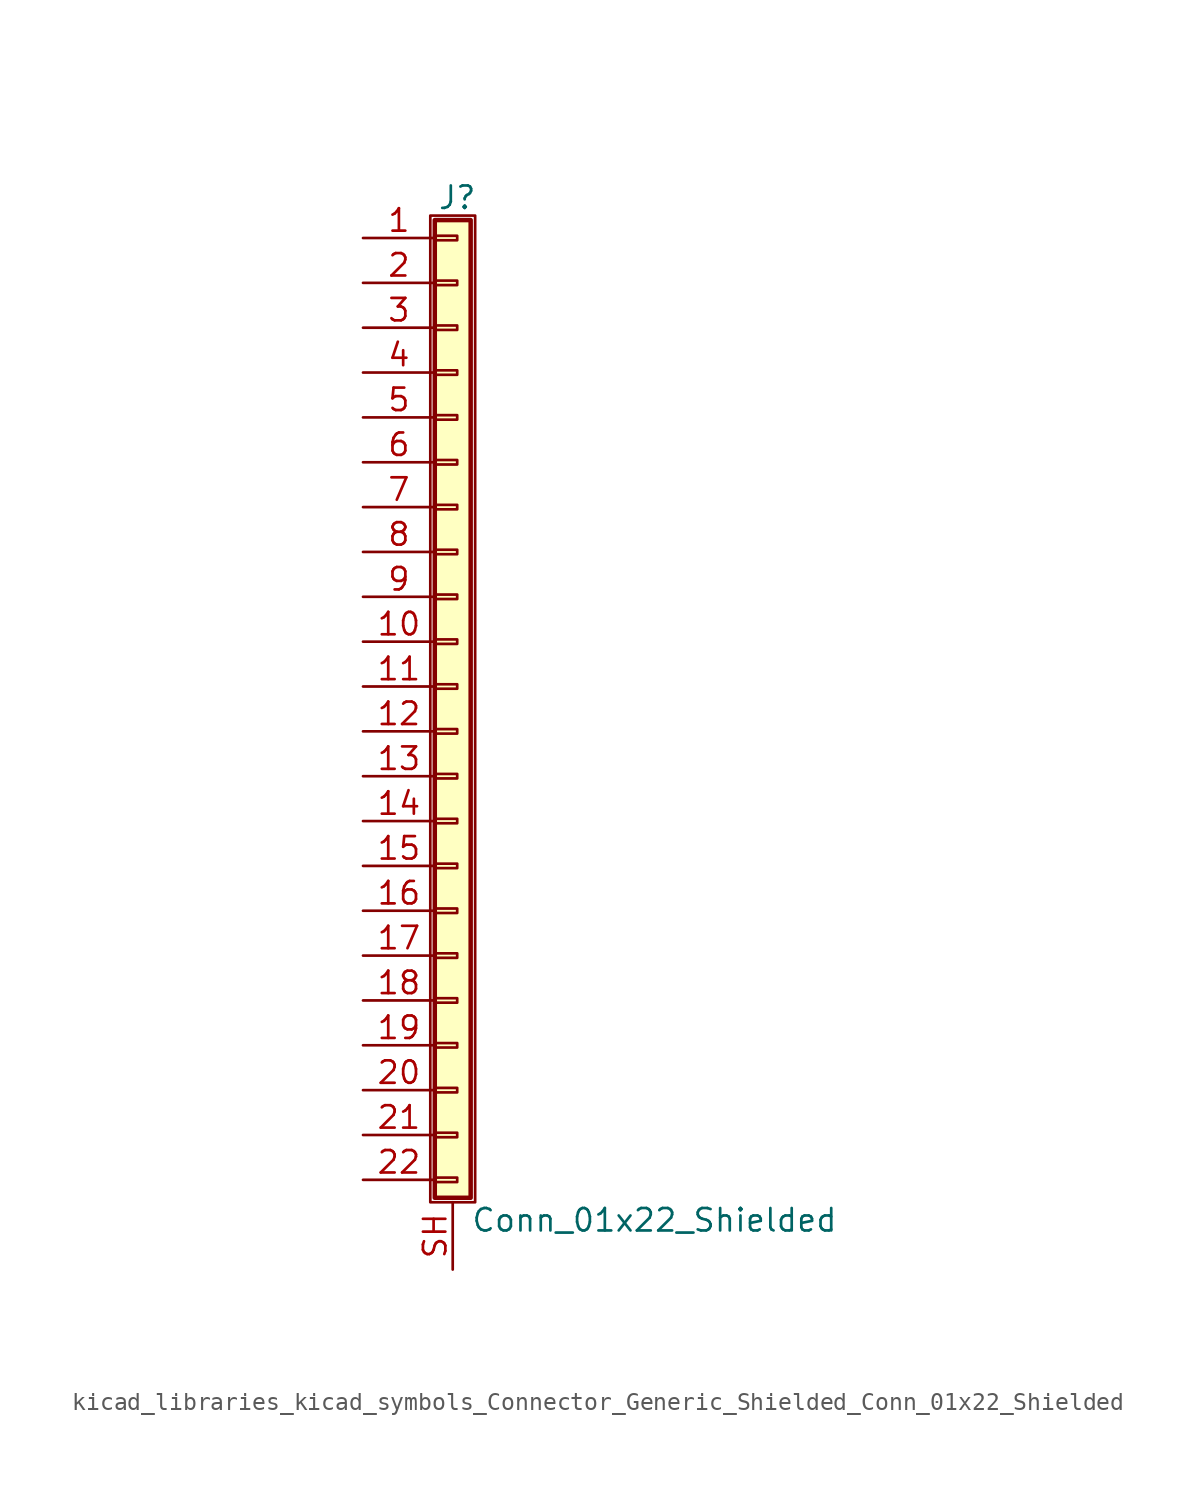
<source format=kicad_sym>
(kicad_symbol_lib
  (version 20220914)
  (generator kicad_symbol_editor)
  (symbol "kicad_libraries_kicad_symbols_Connector_Generic_Shielded_Conn_01x22_Shielded"
    (pin_names
      (offset 1.016) hide)
    (property "Reference" "J"
      (at 0.254 27.686 0)
      (effects (font (size 1.27 1.27))))
    (property "Value" "Conn_01x22_Shielded"
      (at 1.016 -30.226 0)
      (effects (font (size 1.27 1.27)) (justify left)))
    (symbol "kicad_libraries_kicad_symbols_Connector_Generic_Shielded_Conn_01x22_Shielded_1_1"
      (rectangle (start -1.27 26.67) (end 1.27 -29.21) (stroke (width 0.152) (type default)) (fill (type none)))
      (rectangle (start -1.016 -27.813) (end 0.254 -28.067) (stroke (width 0.152) (type default)) (fill (type none)))
      (rectangle (start -1.016 -25.273) (end 0.254 -25.527) (stroke (width 0.152) (type default)) (fill (type none)))
      (rectangle (start -1.016 -22.733) (end 0.254 -22.987) (stroke (width 0.152) (type default)) (fill (type none)))
      (rectangle (start -1.016 -20.193) (end 0.254 -20.447) (stroke (width 0.152) (type default)) (fill (type none)))
      (rectangle (start -1.016 -17.653) (end 0.254 -17.907) (stroke (width 0.152) (type default)) (fill (type none)))
      (rectangle (start -1.016 -15.113) (end 0.254 -15.367) (stroke (width 0.152) (type default)) (fill (type none)))
      (rectangle (start -1.016 -12.573) (end 0.254 -12.827) (stroke (width 0.152) (type default)) (fill (type none)))
      (rectangle (start -1.016 -10.033) (end 0.254 -10.287) (stroke (width 0.152) (type default)) (fill (type none)))
      (rectangle (start -1.016 -7.493) (end 0.254 -7.747) (stroke (width 0.152) (type default)) (fill (type none)))
      (rectangle (start -1.016 -4.953) (end 0.254 -5.207) (stroke (width 0.152) (type default)) (fill (type none)))
      (rectangle (start -1.016 -2.413) (end 0.254 -2.667) (stroke (width 0.152) (type default)) (fill (type none)))
      (rectangle (start -1.016 0.127) (end 0.254 -0.127) (stroke (width 0.152) (type default)) (fill (type none)))
      (rectangle (start -1.016 2.667) (end 0.254 2.413) (stroke (width 0.152) (type default)) (fill (type none)))
      (rectangle (start -1.016 5.207) (end 0.254 4.953) (stroke (width 0.152) (type default)) (fill (type none)))
      (rectangle (start -1.016 7.747) (end 0.254 7.493) (stroke (width 0.152) (type default)) (fill (type none)))
      (rectangle (start -1.016 10.287) (end 0.254 10.033) (stroke (width 0.152) (type default)) (fill (type none)))
      (rectangle (start -1.016 12.827) (end 0.254 12.573) (stroke (width 0.152) (type default)) (fill (type none)))
      (rectangle (start -1.016 15.367) (end 0.254 15.113) (stroke (width 0.152) (type default)) (fill (type none)))
      (rectangle (start -1.016 17.907) (end 0.254 17.653) (stroke (width 0.152) (type default)) (fill (type none)))
      (rectangle (start -1.016 20.447) (end 0.254 20.193) (stroke (width 0.152) (type default)) (fill (type none)))
      (rectangle (start -1.016 22.987) (end 0.254 22.733) (stroke (width 0.152) (type default)) (fill (type none)))
      (rectangle (start -1.016 25.527) (end 0.254 25.273) (stroke (width 0.152) (type default)) (fill (type none)))
      (rectangle (start -1.016 26.416) (end 1.016 -28.956) (stroke (width 0.254) (type default)) (fill (type background)))
      (pin passive line (at -5.08 25.4 0) (length 4.064) (name "Pin_1" (effects (font (size 1.27 1.27)))) (number "1" (effects (font (size 1.27 1.27)))))
      (pin passive line (at -5.08 2.54 0) (length 4.064) (name "Pin_10" (effects (font (size 1.27 1.27)))) (number "10" (effects (font (size 1.27 1.27)))))
      (pin passive line (at -5.08 0 0) (length 4.064) (name "Pin_11" (effects (font (size 1.27 1.27)))) (number "11" (effects (font (size 1.27 1.27)))))
      (pin passive line (at -5.08 -2.54 0) (length 4.064) (name "Pin_12" (effects (font (size 1.27 1.27)))) (number "12" (effects (font (size 1.27 1.27)))))
      (pin passive line (at -5.08 -5.08 0) (length 4.064) (name "Pin_13" (effects (font (size 1.27 1.27)))) (number "13" (effects (font (size 1.27 1.27)))))
      (pin passive line (at -5.08 -7.62 0) (length 4.064) (name "Pin_14" (effects (font (size 1.27 1.27)))) (number "14" (effects (font (size 1.27 1.27)))))
      (pin passive line (at -5.08 -10.16 0) (length 4.064) (name "Pin_15" (effects (font (size 1.27 1.27)))) (number "15" (effects (font (size 1.27 1.27)))))
      (pin passive line (at -5.08 -12.7 0) (length 4.064) (name "Pin_16" (effects (font (size 1.27 1.27)))) (number "16" (effects (font (size 1.27 1.27)))))
      (pin passive line (at -5.08 -15.24 0) (length 4.064) (name "Pin_17" (effects (font (size 1.27 1.27)))) (number "17" (effects (font (size 1.27 1.27)))))
      (pin passive line (at -5.08 -17.78 0) (length 4.064) (name "Pin_18" (effects (font (size 1.27 1.27)))) (number "18" (effects (font (size 1.27 1.27)))))
      (pin passive line (at -5.08 -20.32 0) (length 4.064) (name "Pin_19" (effects (font (size 1.27 1.27)))) (number "19" (effects (font (size 1.27 1.27)))))
      (pin passive line (at -5.08 22.86 0) (length 4.064) (name "Pin_2" (effects (font (size 1.27 1.27)))) (number "2" (effects (font (size 1.27 1.27)))))
      (pin passive line (at -5.08 -22.86 0) (length 4.064) (name "Pin_20" (effects (font (size 1.27 1.27)))) (number "20" (effects (font (size 1.27 1.27)))))
      (pin passive line (at -5.08 -25.4 0) (length 4.064) (name "Pin_21" (effects (font (size 1.27 1.27)))) (number "21" (effects (font (size 1.27 1.27)))))
      (pin passive line (at -5.08 -27.94 0) (length 4.064) (name "Pin_22" (effects (font (size 1.27 1.27)))) (number "22" (effects (font (size 1.27 1.27)))))
      (pin passive line (at -5.08 20.32 0) (length 4.064) (name "Pin_3" (effects (font (size 1.27 1.27)))) (number "3" (effects (font (size 1.27 1.27)))))
      (pin passive line (at -5.08 17.78 0) (length 4.064) (name "Pin_4" (effects (font (size 1.27 1.27)))) (number "4" (effects (font (size 1.27 1.27)))))
      (pin passive line (at -5.08 15.24 0) (length 4.064) (name "Pin_5" (effects (font (size 1.27 1.27)))) (number "5" (effects (font (size 1.27 1.27)))))
      (pin passive line (at -5.08 12.7 0) (length 4.064) (name "Pin_6" (effects (font (size 1.27 1.27)))) (number "6" (effects (font (size 1.27 1.27)))))
      (pin passive line (at -5.08 10.16 0) (length 4.064) (name "Pin_7" (effects (font (size 1.27 1.27)))) (number "7" (effects (font (size 1.27 1.27)))))
      (pin passive line (at -5.08 7.62 0) (length 4.064) (name "Pin_8" (effects (font (size 1.27 1.27)))) (number "8" (effects (font (size 1.27 1.27)))))
      (pin passive line (at -5.08 5.08 0) (length 4.064) (name "Pin_9" (effects (font (size 1.27 1.27)))) (number "9" (effects (font (size 1.27 1.27)))))
      (pin passive line (at 0 -33.02 90) (length 3.81) (name "Shield" (effects (font (size 1.27 1.27)))) (number "SH" (effects (font (size 1.27 1.27))))))))
</source>
